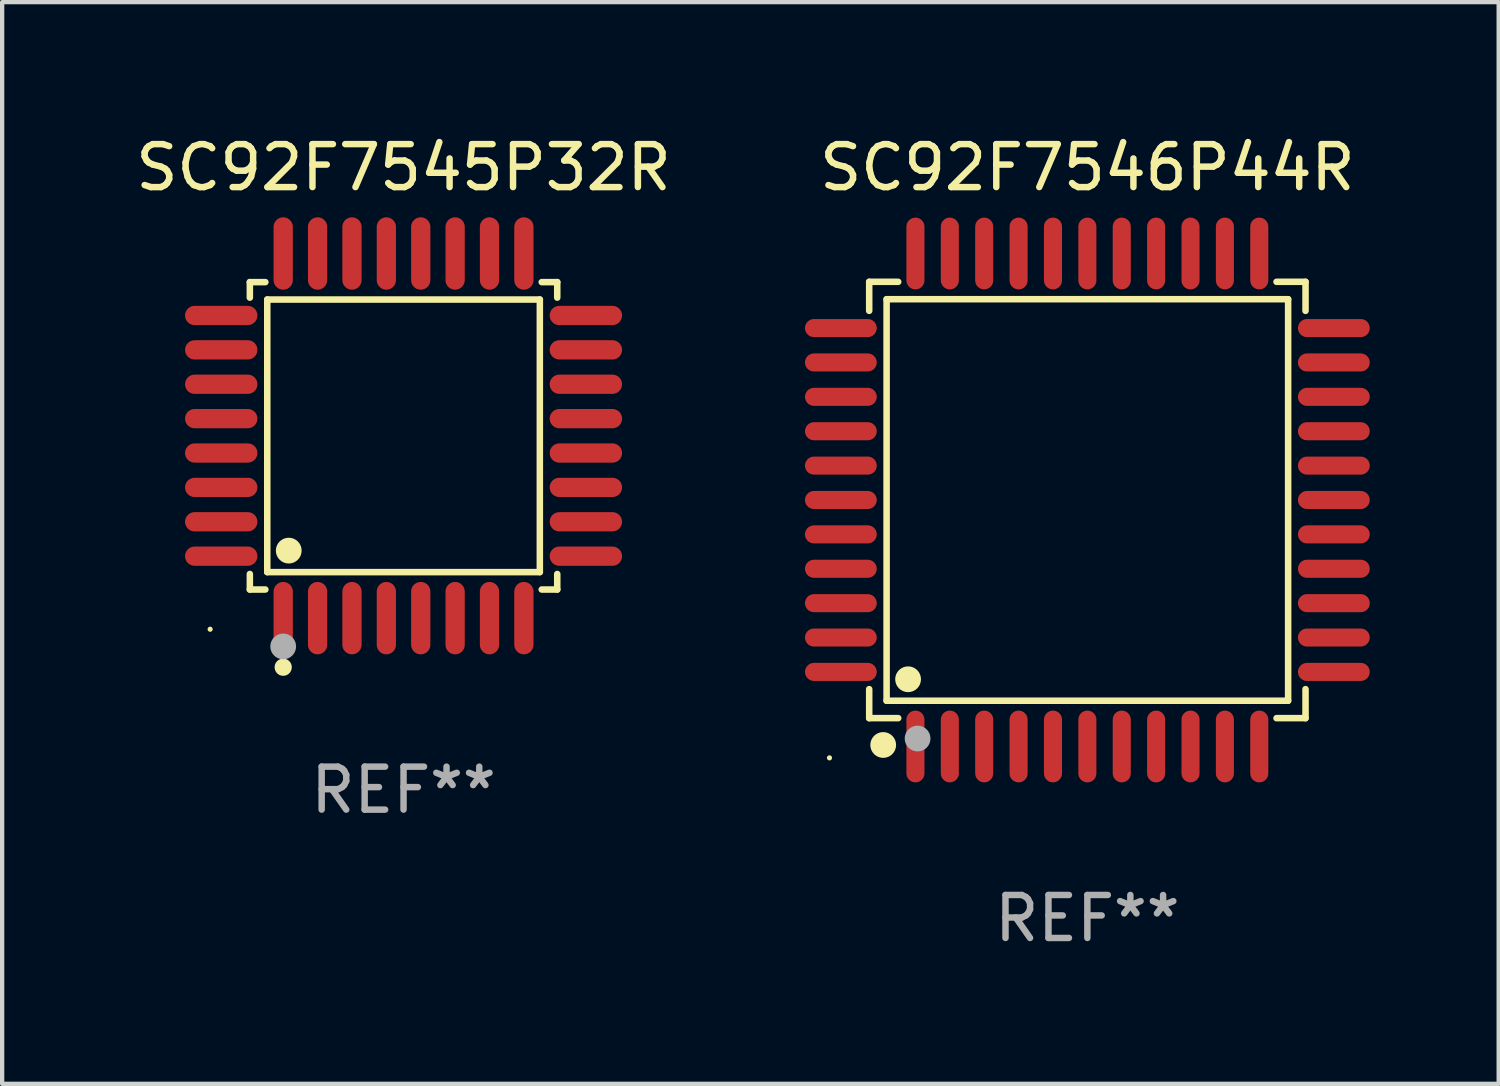
<source format=kicad_pcb>
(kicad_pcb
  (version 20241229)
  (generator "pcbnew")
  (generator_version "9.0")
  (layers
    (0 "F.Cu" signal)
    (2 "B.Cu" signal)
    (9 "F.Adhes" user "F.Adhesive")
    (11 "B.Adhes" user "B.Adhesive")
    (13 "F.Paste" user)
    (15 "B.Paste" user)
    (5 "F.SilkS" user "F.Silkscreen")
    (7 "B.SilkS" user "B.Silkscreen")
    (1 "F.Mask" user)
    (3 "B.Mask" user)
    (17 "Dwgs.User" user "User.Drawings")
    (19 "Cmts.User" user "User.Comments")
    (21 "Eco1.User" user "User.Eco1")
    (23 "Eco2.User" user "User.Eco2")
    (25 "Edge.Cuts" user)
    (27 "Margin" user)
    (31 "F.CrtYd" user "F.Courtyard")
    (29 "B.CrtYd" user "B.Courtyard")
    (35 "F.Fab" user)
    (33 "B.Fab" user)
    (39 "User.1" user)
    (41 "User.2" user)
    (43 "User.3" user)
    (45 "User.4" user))
  (footprint "SC92F7545P32R"
    (layer "F.Cu")
    (at 6.339 7.09)
    (property "Reference" "SC92F7545P32R" (at 0 -6.242 0) (layer "F.SilkS") (effects (font (size 1 1) (thickness 0.15))))
    (attr through_hole)
    (fp_line (start -3.576 -3.576) (end -3.215 -3.576) (stroke (width 0.152) (type solid)) (layer "F.SilkS"))
    (fp_line (start -3.576 -3.215) (end -3.576 -3.576) (stroke (width 0.152) (type solid)) (layer "F.SilkS"))
    (fp_line (start -3.576 3.215) (end -3.576 3.576) (stroke (width 0.152) (type solid)) (layer "F.SilkS"))
    (fp_line (start -3.576 3.576) (end -3.215 3.576) (stroke (width 0.152) (type solid)) (layer "F.SilkS"))
    (fp_line (start -3.171 -3.171) (end 3.171 -3.171) (stroke (width 0.152) (type solid)) (layer "F.SilkS"))
    (fp_line (start -3.171 3.171) (end -3.171 -3.171) (stroke (width 0.152) (type solid)) (layer "F.SilkS"))
    (fp_line (start 3.171 -3.171) (end 3.171 3.171) (stroke (width 0.152) (type solid)) (layer "F.SilkS"))
    (fp_line (start 3.171 3.171) (end -3.171 3.171) (stroke (width 0.152) (type solid)) (layer "F.SilkS"))
    (fp_line (start 3.576 -3.576) (end 3.215 -3.576) (stroke (width 0.152) (type solid)) (layer "F.SilkS"))
    (fp_line (start 3.576 -3.215) (end 3.576 -3.576) (stroke (width 0.152) (type solid)) (layer "F.SilkS"))
    (fp_line (start 3.576 3.215) (end 3.576 3.576) (stroke (width 0.152) (type solid)) (layer "F.SilkS"))
    (fp_line (start 3.576 3.576) (end 3.215 3.576) (stroke (width 0.152) (type solid)) (layer "F.SilkS"))
    (fp_circle (center -4.5 4.5) (end -4.47 4.5) (stroke (width 0.06) (type solid)) (fill no) (layer "F.SilkS"))
    (fp_circle (center -2.8 5.384) (end -2.7 5.384) (stroke (width 0.2) (type solid)) (fill no) (layer "F.SilkS"))
    (fp_circle (center -2.671 2.671) (end -2.521 2.671) (stroke (width 0.3) (type solid)) (fill no) (layer "F.SilkS"))
    (fp_circle (center -2.8 4.9) (end -2.65 4.9) (stroke (width 0.3) (type solid)) (fill no) (layer "F.Fab"))
    (fp_text user "REF**" (at 0 8.242 0) (layer "F.Fab") (effects (font (size 1 1) (thickness 0.15))))
    (pad "1" smd oval (at -2.8 4.242) (size 0.448 1.684) (layers "F.Cu" "F.Mask" "F.Paste"))
    (pad "2" smd oval (at -2 4.242) (size 0.448 1.684) (layers "F.Cu" "F.Mask" "F.Paste"))
    (pad "3" smd oval (at -1.2 4.242) (size 0.448 1.684) (layers "F.Cu" "F.Mask" "F.Paste"))
    (pad "4" smd oval (at -0.4 4.242) (size 0.448 1.684) (layers "F.Cu" "F.Mask" "F.Paste"))
    (pad "5" smd oval (at 0.4 4.242) (size 0.448 1.684) (layers "F.Cu" "F.Mask" "F.Paste"))
    (pad "6" smd oval (at 1.2 4.242) (size 0.448 1.684) (layers "F.Cu" "F.Mask" "F.Paste"))
    (pad "7" smd oval (at 2 4.242) (size 0.448 1.684) (layers "F.Cu" "F.Mask" "F.Paste"))
    (pad "8" smd oval (at 2.8 4.242) (size 0.448 1.684) (layers "F.Cu" "F.Mask" "F.Paste"))
    (pad "9" smd oval (at 4.242 2.8) (size 1.684 0.448) (layers "F.Cu" "F.Mask" "F.Paste"))
    (pad "10" smd oval (at 4.242 2) (size 1.684 0.448) (layers "F.Cu" "F.Mask" "F.Paste"))
    (pad "11" smd oval (at 4.242 1.2) (size 1.684 0.448) (layers "F.Cu" "F.Mask" "F.Paste"))
    (pad "12" smd oval (at 4.242 0.4) (size 1.684 0.448) (layers "F.Cu" "F.Mask" "F.Paste"))
    (pad "13" smd oval (at 4.242 -0.4) (size 1.684 0.448) (layers "F.Cu" "F.Mask" "F.Paste"))
    (pad "14" smd oval (at 4.242 -1.2) (size 1.684 0.448) (layers "F.Cu" "F.Mask" "F.Paste"))
    (pad "15" smd oval (at 4.242 -2) (size 1.684 0.448) (layers "F.Cu" "F.Mask" "F.Paste"))
    (pad "16" smd oval (at 4.242 -2.8) (size 1.684 0.448) (layers "F.Cu" "F.Mask" "F.Paste"))
    (pad "17" smd oval (at 2.8 -4.242) (size 0.448 1.684) (layers "F.Cu" "F.Mask" "F.Paste"))
    (pad "18" smd oval (at 2 -4.242) (size 0.448 1.684) (layers "F.Cu" "F.Mask" "F.Paste"))
    (pad "19" smd oval (at 1.2 -4.242) (size 0.448 1.684) (layers "F.Cu" "F.Mask" "F.Paste"))
    (pad "20" smd oval (at 0.4 -4.242) (size 0.448 1.684) (layers "F.Cu" "F.Mask" "F.Paste"))
    (pad "21" smd oval (at -0.4 -4.242) (size 0.448 1.684) (layers "F.Cu" "F.Mask" "F.Paste"))
    (pad "22" smd oval (at -1.2 -4.242) (size 0.448 1.684) (layers "F.Cu" "F.Mask" "F.Paste"))
    (pad "23" smd oval (at -2 -4.242) (size 0.448 1.684) (layers "F.Cu" "F.Mask" "F.Paste"))
    (pad "24" smd oval (at -2.8 -4.242) (size 0.448 1.684) (layers "F.Cu" "F.Mask" "F.Paste"))
    (pad "25" smd oval (at -4.242 -2.8) (size 1.684 0.448) (layers "F.Cu" "F.Mask" "F.Paste"))
    (pad "26" smd oval (at -4.242 -2) (size 1.684 0.448) (layers "F.Cu" "F.Mask" "F.Paste"))
    (pad "27" smd oval (at -4.242 -1.2) (size 1.684 0.448) (layers "F.Cu" "F.Mask" "F.Paste"))
    (pad "28" smd oval (at -4.242 -0.4) (size 1.684 0.448) (layers "F.Cu" "F.Mask" "F.Paste"))
    (pad "29" smd oval (at -4.242 0.4) (size 1.684 0.448) (layers "F.Cu" "F.Mask" "F.Paste"))
    (pad "30" smd oval (at -4.242 1.2) (size 1.684 0.448) (layers "F.Cu" "F.Mask" "F.Paste"))
    (pad "31" smd oval (at -4.242 2) (size 1.684 0.448) (layers "F.Cu" "F.Mask" "F.Paste"))
    (pad "32" smd oval (at -4.242 2.8) (size 1.684 0.448) (layers "F.Cu" "F.Mask" "F.Paste")))
  (footprint "SC92F7546P44R"
    (layer "F.Cu")
    (at 22.249 8.583)
    (property "Reference" "SC92F7546P44R" (at 0 -7.735 0) (layer "F.SilkS") (effects (font (size 1 1) (thickness 0.15))))
    (attr through_hole)
    (fp_line (start -5.076 -5.076) (end -4.401 -5.076) (stroke (width 0.152) (type solid)) (layer "F.SilkS"))
    (fp_line (start -5.076 -4.401) (end -5.076 -5.076) (stroke (width 0.152) (type solid)) (layer "F.SilkS"))
    (fp_line (start -5.076 4.401) (end -5.076 5.076) (stroke (width 0.152) (type solid)) (layer "F.SilkS"))
    (fp_line (start -5.076 5.076) (end -4.401 5.076) (stroke (width 0.152) (type solid)) (layer "F.SilkS"))
    (fp_line (start -4.671 -4.671) (end 4.671 -4.671) (stroke (width 0.152) (type solid)) (layer "F.SilkS"))
    (fp_line (start -4.671 4.671) (end -4.671 -4.671) (stroke (width 0.152) (type solid)) (layer "F.SilkS"))
    (fp_line (start 4.671 -4.671) (end 4.671 4.671) (stroke (width 0.152) (type solid)) (layer "F.SilkS"))
    (fp_line (start 4.671 4.671) (end -4.671 4.671) (stroke (width 0.152) (type solid)) (layer "F.SilkS"))
    (fp_line (start 5.076 -5.076) (end 4.401 -5.076) (stroke (width 0.152) (type solid)) (layer "F.SilkS"))
    (fp_line (start 5.076 -4.401) (end 5.076 -5.076) (stroke (width 0.152) (type solid)) (layer "F.SilkS"))
    (fp_line (start 5.076 4.401) (end 5.076 5.076) (stroke (width 0.152) (type solid)) (layer "F.SilkS"))
    (fp_line (start 5.076 5.076) (end 4.401 5.076) (stroke (width 0.152) (type solid)) (layer "F.SilkS"))
    (fp_circle (center -6 6) (end -5.97 6) (stroke (width 0.06) (type solid)) (fill no) (layer "F.SilkS"))
    (fp_circle (center -4.75 5.7) (end -4.6 5.7) (stroke (width 0.3) (type solid)) (fill no) (layer "F.SilkS"))
    (fp_circle (center -4.171 4.171) (end -4.021 4.171) (stroke (width 0.3) (type solid)) (fill no) (layer "F.SilkS"))
    (fp_circle (center -3.95 5.55) (end -3.8 5.55) (stroke (width 0.3) (type solid)) (fill no) (layer "F.Fab"))
    (fp_text user "REF**" (at 0 9.735 0) (layer "F.Fab") (effects (font (size 1 1) (thickness 0.15))))
    (pad "1" smd oval (at -4 5.735) (size 0.42 1.67) (layers "F.Cu" "F.Mask" "F.Paste"))
    (pad "2" smd oval (at -3.2 5.735) (size 0.42 1.67) (layers "F.Cu" "F.Mask" "F.Paste"))
    (pad "3" smd oval (at -2.4 5.735) (size 0.42 1.67) (layers "F.Cu" "F.Mask" "F.Paste"))
    (pad "4" smd oval (at -1.6 5.735) (size 0.42 1.67) (layers "F.Cu" "F.Mask" "F.Paste"))
    (pad "5" smd oval (at -0.8 5.735) (size 0.42 1.67) (layers "F.Cu" "F.Mask" "F.Paste"))
    (pad "6" smd oval (at 0 5.735) (size 0.42 1.67) (layers "F.Cu" "F.Mask" "F.Paste"))
    (pad "7" smd oval (at 0.8 5.735) (size 0.42 1.67) (layers "F.Cu" "F.Mask" "F.Paste"))
    (pad "8" smd oval (at 1.6 5.735) (size 0.42 1.67) (layers "F.Cu" "F.Mask" "F.Paste"))
    (pad "9" smd oval (at 2.4 5.735) (size 0.42 1.67) (layers "F.Cu" "F.Mask" "F.Paste"))
    (pad "10" smd oval (at 3.2 5.735) (size 0.42 1.67) (layers "F.Cu" "F.Mask" "F.Paste"))
    (pad "11" smd oval (at 4 5.735) (size 0.42 1.67) (layers "F.Cu" "F.Mask" "F.Paste"))
    (pad "12" smd oval (at 5.735 4) (size 1.67 0.42) (layers "F.Cu" "F.Mask" "F.Paste"))
    (pad "13" smd oval (at 5.735 3.2) (size 1.67 0.42) (layers "F.Cu" "F.Mask" "F.Paste"))
    (pad "14" smd oval (at 5.735 2.4) (size 1.67 0.42) (layers "F.Cu" "F.Mask" "F.Paste"))
    (pad "15" smd oval (at 5.735 1.6) (size 1.67 0.42) (layers "F.Cu" "F.Mask" "F.Paste"))
    (pad "16" smd oval (at 5.735 0.8) (size 1.67 0.42) (layers "F.Cu" "F.Mask" "F.Paste"))
    (pad "17" smd oval (at 5.735 0) (size 1.67 0.42) (layers "F.Cu" "F.Mask" "F.Paste"))
    (pad "18" smd oval (at 5.735 -0.8) (size 1.67 0.42) (layers "F.Cu" "F.Mask" "F.Paste"))
    (pad "19" smd oval (at 5.735 -1.6) (size 1.67 0.42) (layers "F.Cu" "F.Mask" "F.Paste"))
    (pad "20" smd oval (at 5.735 -2.4) (size 1.67 0.42) (layers "F.Cu" "F.Mask" "F.Paste"))
    (pad "21" smd oval (at 5.735 -3.2) (size 1.67 0.42) (layers "F.Cu" "F.Mask" "F.Paste"))
    (pad "22" smd oval (at 5.735 -4) (size 1.67 0.42) (layers "F.Cu" "F.Mask" "F.Paste"))
    (pad "23" smd oval (at 4 -5.735) (size 0.42 1.67) (layers "F.Cu" "F.Mask" "F.Paste"))
    (pad "24" smd oval (at 3.2 -5.735) (size 0.42 1.67) (layers "F.Cu" "F.Mask" "F.Paste"))
    (pad "25" smd oval (at 2.4 -5.735) (size 0.42 1.67) (layers "F.Cu" "F.Mask" "F.Paste"))
    (pad "26" smd oval (at 1.6 -5.735) (size 0.42 1.67) (layers "F.Cu" "F.Mask" "F.Paste"))
    (pad "27" smd oval (at 0.8 -5.735) (size 0.42 1.67) (layers "F.Cu" "F.Mask" "F.Paste"))
    (pad "28" smd oval (at 0 -5.735) (size 0.42 1.67) (layers "F.Cu" "F.Mask" "F.Paste"))
    (pad "29" smd oval (at -0.8 -5.735) (size 0.42 1.67) (layers "F.Cu" "F.Mask" "F.Paste"))
    (pad "30" smd oval (at -1.6 -5.735) (size 0.42 1.67) (layers "F.Cu" "F.Mask" "F.Paste"))
    (pad "31" smd oval (at -2.4 -5.735) (size 0.42 1.67) (layers "F.Cu" "F.Mask" "F.Paste"))
    (pad "32" smd oval (at -3.2 -5.735) (size 0.42 1.67) (layers "F.Cu" "F.Mask" "F.Paste"))
    (pad "33" smd oval (at -4 -5.735) (size 0.42 1.67) (layers "F.Cu" "F.Mask" "F.Paste"))
    (pad "34" smd oval (at -5.735 -4) (size 1.67 0.42) (layers "F.Cu" "F.Mask" "F.Paste"))
    (pad "35" smd oval (at -5.735 -3.2) (size 1.67 0.42) (layers "F.Cu" "F.Mask" "F.Paste"))
    (pad "36" smd oval (at -5.735 -2.4) (size 1.67 0.42) (layers "F.Cu" "F.Mask" "F.Paste"))
    (pad "37" smd oval (at -5.735 -1.6) (size 1.67 0.42) (layers "F.Cu" "F.Mask" "F.Paste"))
    (pad "38" smd oval (at -5.735 -0.8) (size 1.67 0.42) (layers "F.Cu" "F.Mask" "F.Paste"))
    (pad "39" smd oval (at -5.735 0) (size 1.67 0.42) (layers "F.Cu" "F.Mask" "F.Paste"))
    (pad "40" smd oval (at -5.735 0.8) (size 1.67 0.42) (layers "F.Cu" "F.Mask" "F.Paste"))
    (pad "41" smd oval (at -5.735 1.6) (size 1.67 0.42) (layers "F.Cu" "F.Mask" "F.Paste"))
    (pad "42" smd oval (at -5.735 2.4) (size 1.67 0.42) (layers "F.Cu" "F.Mask" "F.Paste"))
    (pad "43" smd oval (at -5.735 3.2) (size 1.67 0.42) (layers "F.Cu" "F.Mask" "F.Paste"))
    (pad "44" smd oval (at -5.735 4) (size 1.67 0.42) (layers "F.Cu" "F.Mask" "F.Paste")))
  (gr_rect
    (start -3 -3)
    (end 31.819 22.167)
    (stroke (width 0.1) (type default))
    (fill no)
    (layer "Edge.Cuts")))
</source>
